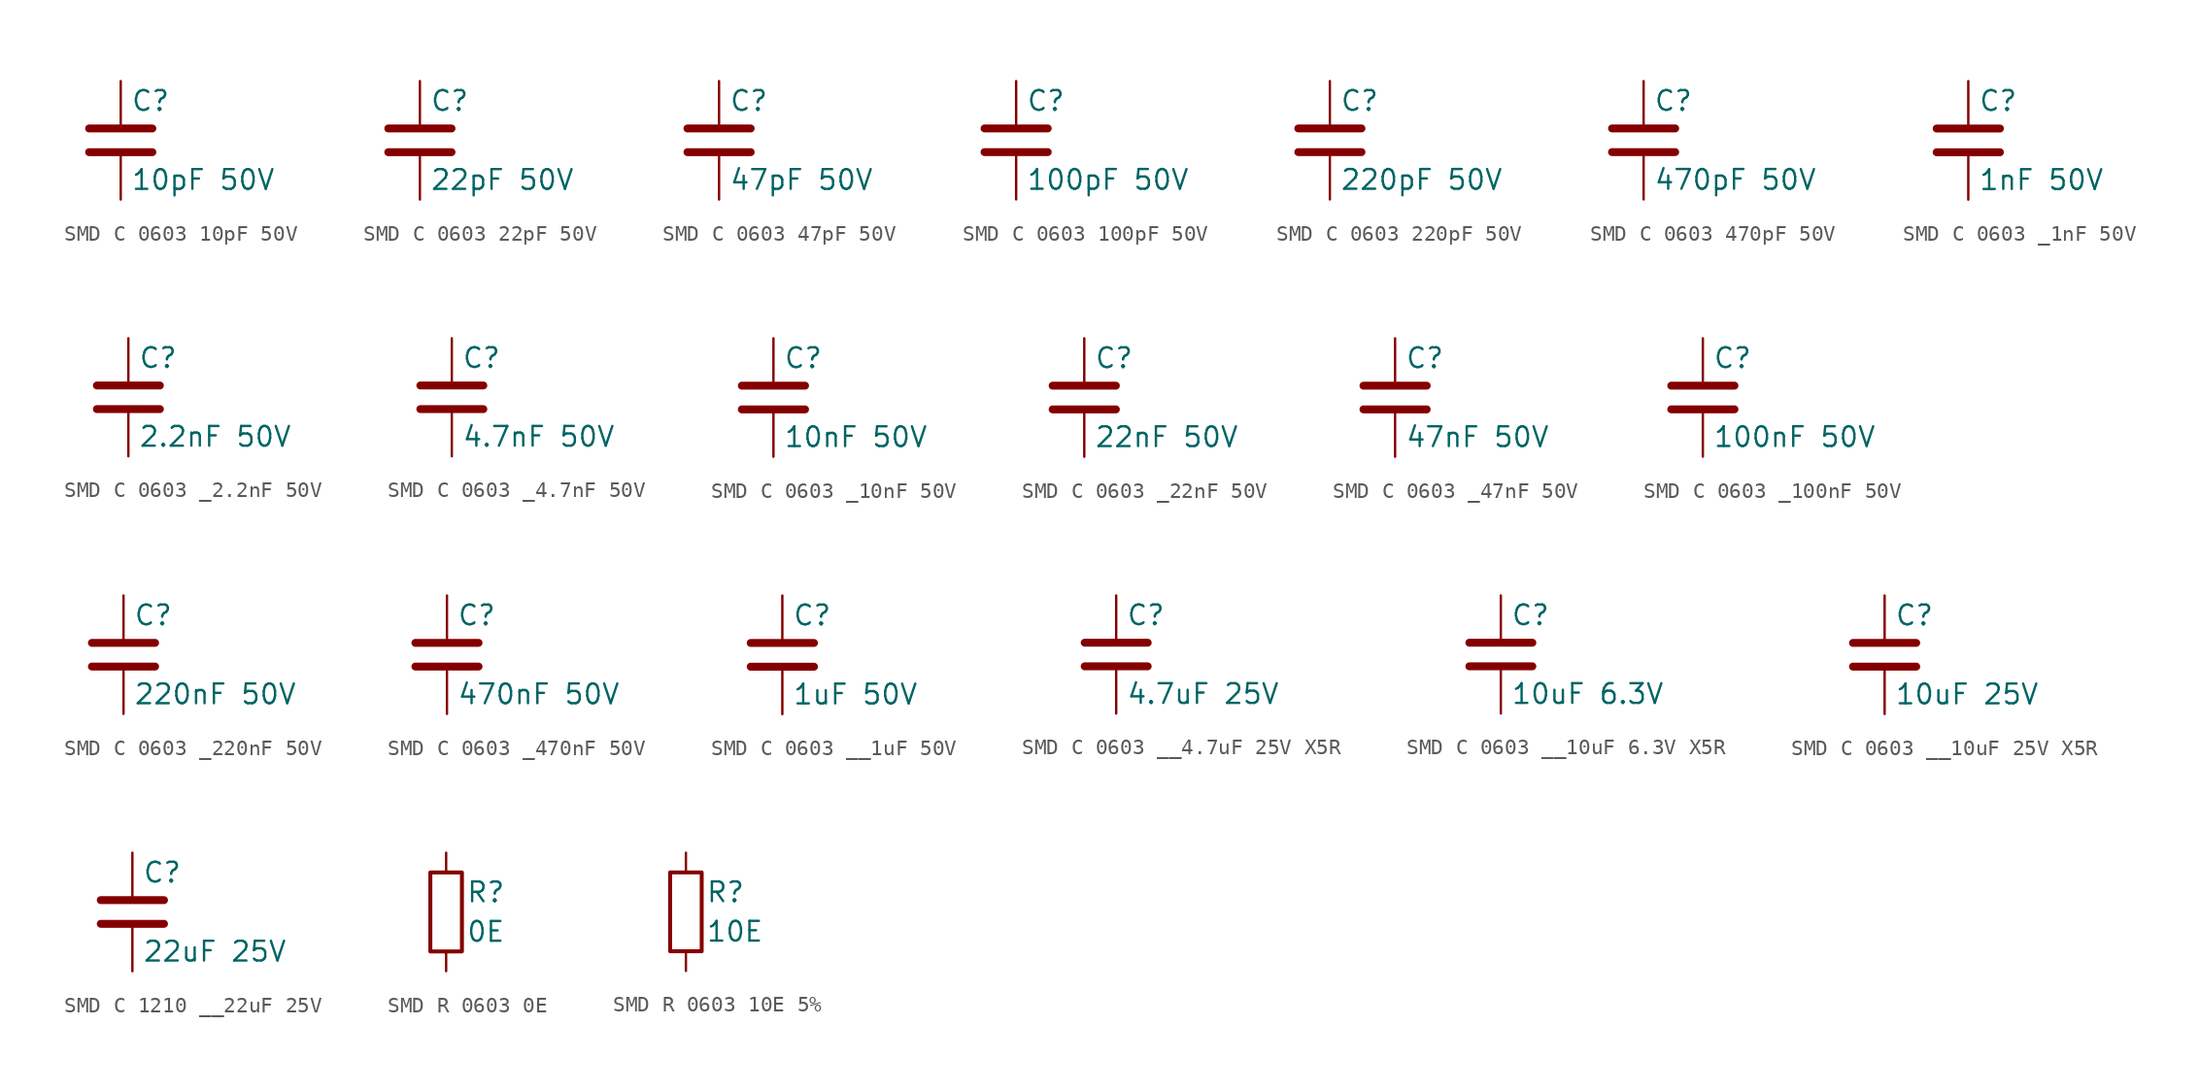
<source format=kicad_sym>
(kicad_symbol_lib
  (version 20241209)
  (generator "kicad_symbol_editor")
  (generator_version "9.0")
  (symbol "SMD C 0603 10pF 50V"
    (pin_numbers
      (hide yes))
    (pin_names
      (offset 0.254))
    (property "Reference" "C"
      (at 0.635 2.54 0)
      (effects (font (size 1.27 1.27)) (justify left)))
    (property "Value" "10pF 50V"
      (at 0.635 -2.54 0)
      (effects (font (size 1.27 1.27)) (justify left)))
    (symbol "SMD C 0603 10pF 50V_0_1"
      (polyline (pts (xy -2.032 0.762) (xy 2.032 0.762)) (stroke (width 0.508) (type default)) (fill (type none)))
      (polyline (pts (xy -2.032 -0.762) (xy 2.032 -0.762)) (stroke (width 0.508) (type default)) (fill (type none))))
    (symbol "SMD C 0603 10pF 50V_1_1"
      (pin passive line (at 0 3.81 270) (length 2.794) (name "~" (effects (font (size 1.27 1.27)))) (number "1" (effects (font (size 1.27 1.27)))))
      (pin passive line (at 0 -3.81 90) (length 2.794) (name "~" (effects (font (size 1.27 1.27)))) (number "2" (effects (font (size 1.27 1.27)))))))
  (symbol "SMD C 0603 22pF 50V"
    (pin_numbers
      (hide yes))
    (pin_names
      (offset 0.254))
    (property "Reference" "C"
      (at 0.635 2.54 0)
      (effects (font (size 1.27 1.27)) (justify left)))
    (property "Value" "22pF 50V"
      (at 0.635 -2.54 0)
      (effects (font (size 1.27 1.27)) (justify left)))
    (symbol "SMD C 0603 22pF 50V_0_1"
      (polyline (pts (xy -2.032 0.762) (xy 2.032 0.762)) (stroke (width 0.508) (type default)) (fill (type none)))
      (polyline (pts (xy -2.032 -0.762) (xy 2.032 -0.762)) (stroke (width 0.508) (type default)) (fill (type none))))
    (symbol "SMD C 0603 22pF 50V_1_1"
      (pin passive line (at 0 3.81 270) (length 2.794) (name "~" (effects (font (size 1.27 1.27)))) (number "1" (effects (font (size 1.27 1.27)))))
      (pin passive line (at 0 -3.81 90) (length 2.794) (name "~" (effects (font (size 1.27 1.27)))) (number "2" (effects (font (size 1.27 1.27)))))))
  (symbol "SMD C 0603 47pF 50V"
    (pin_numbers
      (hide yes))
    (pin_names
      (offset 0.254))
    (property "Reference" "C"
      (at 0.635 2.54 0)
      (effects (font (size 1.27 1.27)) (justify left)))
    (property "Value" "47pF 50V"
      (at 0.635 -2.54 0)
      (effects (font (size 1.27 1.27)) (justify left)))
    (symbol "SMD C 0603 47pF 50V_0_1"
      (polyline (pts (xy -2.032 0.762) (xy 2.032 0.762)) (stroke (width 0.508) (type default)) (fill (type none)))
      (polyline (pts (xy -2.032 -0.762) (xy 2.032 -0.762)) (stroke (width 0.508) (type default)) (fill (type none))))
    (symbol "SMD C 0603 47pF 50V_1_1"
      (pin passive line (at 0 3.81 270) (length 2.794) (name "~" (effects (font (size 1.27 1.27)))) (number "1" (effects (font (size 1.27 1.27)))))
      (pin passive line (at 0 -3.81 90) (length 2.794) (name "~" (effects (font (size 1.27 1.27)))) (number "2" (effects (font (size 1.27 1.27)))))))
  (symbol "SMD C 0603 100pF 50V"
    (pin_numbers
      (hide yes))
    (pin_names
      (offset 0.254))
    (property "Reference" "C"
      (at 0.635 2.54 0)
      (effects (font (size 1.27 1.27)) (justify left)))
    (property "Value" "100pF 50V"
      (at 0.635 -2.54 0)
      (effects (font (size 1.27 1.27)) (justify left)))
    (symbol "SMD C 0603 100pF 50V_0_1"
      (polyline (pts (xy -2.032 0.762) (xy 2.032 0.762)) (stroke (width 0.508) (type default)) (fill (type none)))
      (polyline (pts (xy -2.032 -0.762) (xy 2.032 -0.762)) (stroke (width 0.508) (type default)) (fill (type none))))
    (symbol "SMD C 0603 100pF 50V_1_1"
      (pin passive line (at 0 3.81 270) (length 2.794) (name "~" (effects (font (size 1.27 1.27)))) (number "1" (effects (font (size 1.27 1.27)))))
      (pin passive line (at 0 -3.81 90) (length 2.794) (name "~" (effects (font (size 1.27 1.27)))) (number "2" (effects (font (size 1.27 1.27)))))))
  (symbol "SMD C 0603 220pF 50V"
    (pin_numbers
      (hide yes))
    (pin_names
      (offset 0.254))
    (property "Reference" "C"
      (at 0.635 2.54 0)
      (effects (font (size 1.27 1.27)) (justify left)))
    (property "Value" "220pF 50V"
      (at 0.635 -2.54 0)
      (effects (font (size 1.27 1.27)) (justify left)))
    (symbol "SMD C 0603 220pF 50V_0_1"
      (polyline (pts (xy -2.032 0.762) (xy 2.032 0.762)) (stroke (width 0.508) (type default)) (fill (type none)))
      (polyline (pts (xy -2.032 -0.762) (xy 2.032 -0.762)) (stroke (width 0.508) (type default)) (fill (type none))))
    (symbol "SMD C 0603 220pF 50V_1_1"
      (pin passive line (at 0 3.81 270) (length 2.794) (name "~" (effects (font (size 1.27 1.27)))) (number "1" (effects (font (size 1.27 1.27)))))
      (pin passive line (at 0 -3.81 90) (length 2.794) (name "~" (effects (font (size 1.27 1.27)))) (number "2" (effects (font (size 1.27 1.27)))))))
  (symbol "SMD C 0603 470pF 50V"
    (pin_numbers
      (hide yes))
    (pin_names
      (offset 0.254))
    (property "Reference" "C"
      (at 0.635 2.54 0)
      (effects (font (size 1.27 1.27)) (justify left)))
    (property "Value" "470pF 50V"
      (at 0.635 -2.54 0)
      (effects (font (size 1.27 1.27)) (justify left)))
    (symbol "SMD C 0603 470pF 50V_0_1"
      (polyline (pts (xy -2.032 0.762) (xy 2.032 0.762)) (stroke (width 0.508) (type default)) (fill (type none)))
      (polyline (pts (xy -2.032 -0.762) (xy 2.032 -0.762)) (stroke (width 0.508) (type default)) (fill (type none))))
    (symbol "SMD C 0603 470pF 50V_1_1"
      (pin passive line (at 0 3.81 270) (length 2.794) (name "~" (effects (font (size 1.27 1.27)))) (number "1" (effects (font (size 1.27 1.27)))))
      (pin passive line (at 0 -3.81 90) (length 2.794) (name "~" (effects (font (size 1.27 1.27)))) (number "2" (effects (font (size 1.27 1.27)))))))
  (symbol "SMD C 0603 _1nF 50V"
    (pin_numbers
      (hide yes))
    (pin_names
      (offset 0.254))
    (property "Reference" "C"
      (at 0.635 2.54 0)
      (effects (font (size 1.27 1.27)) (justify left)))
    (property "Value" "1nF 50V"
      (at 0.635 -2.54 0)
      (effects (font (size 1.27 1.27)) (justify left)))
    (symbol "SMD C 0603 _1nF 50V_0_1"
      (polyline (pts (xy -2.032 0.762) (xy 2.032 0.762)) (stroke (width 0.508) (type default)) (fill (type none)))
      (polyline (pts (xy -2.032 -0.762) (xy 2.032 -0.762)) (stroke (width 0.508) (type default)) (fill (type none))))
    (symbol "SMD C 0603 _1nF 50V_1_1"
      (pin passive line (at 0 3.81 270) (length 2.794) (name "~" (effects (font (size 1.27 1.27)))) (number "1" (effects (font (size 1.27 1.27)))))
      (pin passive line (at 0 -3.81 90) (length 2.794) (name "~" (effects (font (size 1.27 1.27)))) (number "2" (effects (font (size 1.27 1.27)))))))
  (symbol "SMD C 0603 _2.2nF 50V"
    (pin_numbers
      (hide yes))
    (pin_names
      (offset 0.254))
    (property "Reference" "C"
      (at 0.635 2.54 0)
      (effects (font (size 1.27 1.27)) (justify left)))
    (property "Value" "2.2nF 50V"
      (at 0.635 -2.54 0)
      (effects (font (size 1.27 1.27)) (justify left)))
    (symbol "SMD C 0603 _2.2nF 50V_0_1"
      (polyline (pts (xy -2.032 0.762) (xy 2.032 0.762)) (stroke (width 0.508) (type default)) (fill (type none)))
      (polyline (pts (xy -2.032 -0.762) (xy 2.032 -0.762)) (stroke (width 0.508) (type default)) (fill (type none))))
    (symbol "SMD C 0603 _2.2nF 50V_1_1"
      (pin passive line (at 0 3.81 270) (length 2.794) (name "~" (effects (font (size 1.27 1.27)))) (number "1" (effects (font (size 1.27 1.27)))))
      (pin passive line (at 0 -3.81 90) (length 2.794) (name "~" (effects (font (size 1.27 1.27)))) (number "2" (effects (font (size 1.27 1.27)))))))
  (symbol "SMD C 0603 _4.7nF 50V"
    (pin_numbers
      (hide yes))
    (pin_names
      (offset 0.254))
    (property "Reference" "C"
      (at 0.635 2.54 0)
      (effects (font (size 1.27 1.27)) (justify left)))
    (property "Value" "4.7nF 50V"
      (at 0.635 -2.54 0)
      (effects (font (size 1.27 1.27)) (justify left)))
    (symbol "SMD C 0603 _4.7nF 50V_0_1"
      (polyline (pts (xy -2.032 0.762) (xy 2.032 0.762)) (stroke (width 0.508) (type default)) (fill (type none)))
      (polyline (pts (xy -2.032 -0.762) (xy 2.032 -0.762)) (stroke (width 0.508) (type default)) (fill (type none))))
    (symbol "SMD C 0603 _4.7nF 50V_1_1"
      (pin passive line (at 0 3.81 270) (length 2.794) (name "~" (effects (font (size 1.27 1.27)))) (number "1" (effects (font (size 1.27 1.27)))))
      (pin passive line (at 0 -3.81 90) (length 2.794) (name "~" (effects (font (size 1.27 1.27)))) (number "2" (effects (font (size 1.27 1.27)))))))
  (symbol "SMD C 0603 _10nF 50V"
    (pin_numbers
      (hide yes))
    (pin_names
      (offset 0.254))
    (property "Reference" "C"
      (at 0.635 2.54 0)
      (effects (font (size 1.27 1.27)) (justify left)))
    (property "Value" "10nF 50V"
      (at 0.635 -2.54 0)
      (effects (font (size 1.27 1.27)) (justify left)))
    (symbol "SMD C 0603 _10nF 50V_0_1"
      (polyline (pts (xy -2.032 0.762) (xy 2.032 0.762)) (stroke (width 0.508) (type default)) (fill (type none)))
      (polyline (pts (xy -2.032 -0.762) (xy 2.032 -0.762)) (stroke (width 0.508) (type default)) (fill (type none))))
    (symbol "SMD C 0603 _10nF 50V_1_1"
      (pin passive line (at 0 3.81 270) (length 2.794) (name "~" (effects (font (size 1.27 1.27)))) (number "1" (effects (font (size 1.27 1.27)))))
      (pin passive line (at 0 -3.81 90) (length 2.794) (name "~" (effects (font (size 1.27 1.27)))) (number "2" (effects (font (size 1.27 1.27)))))))
  (symbol "SMD C 0603 _22nF 50V"
    (pin_numbers
      (hide yes))
    (pin_names
      (offset 0.254))
    (property "Reference" "C"
      (at 0.635 2.54 0)
      (effects (font (size 1.27 1.27)) (justify left)))
    (property "Value" "22nF 50V"
      (at 0.635 -2.54 0)
      (effects (font (size 1.27 1.27)) (justify left)))
    (symbol "SMD C 0603 _22nF 50V_0_1"
      (polyline (pts (xy -2.032 0.762) (xy 2.032 0.762)) (stroke (width 0.508) (type default)) (fill (type none)))
      (polyline (pts (xy -2.032 -0.762) (xy 2.032 -0.762)) (stroke (width 0.508) (type default)) (fill (type none))))
    (symbol "SMD C 0603 _22nF 50V_1_1"
      (pin passive line (at 0 3.81 270) (length 2.794) (name "~" (effects (font (size 1.27 1.27)))) (number "1" (effects (font (size 1.27 1.27)))))
      (pin passive line (at 0 -3.81 90) (length 2.794) (name "~" (effects (font (size 1.27 1.27)))) (number "2" (effects (font (size 1.27 1.27)))))))
  (symbol "SMD C 0603 _47nF 50V"
    (pin_numbers
      (hide yes))
    (pin_names
      (offset 0.254))
    (property "Reference" "C"
      (at 0.635 2.54 0)
      (effects (font (size 1.27 1.27)) (justify left)))
    (property "Value" "47nF 50V"
      (at 0.635 -2.54 0)
      (effects (font (size 1.27 1.27)) (justify left)))
    (symbol "SMD C 0603 _47nF 50V_0_1"
      (polyline (pts (xy -2.032 0.762) (xy 2.032 0.762)) (stroke (width 0.508) (type default)) (fill (type none)))
      (polyline (pts (xy -2.032 -0.762) (xy 2.032 -0.762)) (stroke (width 0.508) (type default)) (fill (type none))))
    (symbol "SMD C 0603 _47nF 50V_1_1"
      (pin passive line (at 0 3.81 270) (length 2.794) (name "~" (effects (font (size 1.27 1.27)))) (number "1" (effects (font (size 1.27 1.27)))))
      (pin passive line (at 0 -3.81 90) (length 2.794) (name "~" (effects (font (size 1.27 1.27)))) (number "2" (effects (font (size 1.27 1.27)))))))
  (symbol "SMD C 0603 _100nF 50V"
    (pin_numbers
      (hide yes))
    (pin_names
      (offset 0.254))
    (property "Reference" "C"
      (at 0.635 2.54 0)
      (effects (font (size 1.27 1.27)) (justify left)))
    (property "Value" "100nF 50V"
      (at 0.635 -2.54 0)
      (effects (font (size 1.27 1.27)) (justify left)))
    (symbol "SMD C 0603 _100nF 50V_0_1"
      (polyline (pts (xy -2.032 0.762) (xy 2.032 0.762)) (stroke (width 0.508) (type default)) (fill (type none)))
      (polyline (pts (xy -2.032 -0.762) (xy 2.032 -0.762)) (stroke (width 0.508) (type default)) (fill (type none))))
    (symbol "SMD C 0603 _100nF 50V_1_1"
      (pin passive line (at 0 3.81 270) (length 2.794) (name "~" (effects (font (size 1.27 1.27)))) (number "1" (effects (font (size 1.27 1.27)))))
      (pin passive line (at 0 -3.81 90) (length 2.794) (name "~" (effects (font (size 1.27 1.27)))) (number "2" (effects (font (size 1.27 1.27)))))))
  (symbol "SMD C 0603 _220nF 50V"
    (pin_numbers
      (hide yes))
    (pin_names
      (offset 0.254))
    (property "Reference" "C"
      (at 0.635 2.54 0)
      (effects (font (size 1.27 1.27)) (justify left)))
    (property "Value" "220nF 50V"
      (at 0.635 -2.54 0)
      (effects (font (size 1.27 1.27)) (justify left)))
    (symbol "SMD C 0603 _220nF 50V_0_1"
      (polyline (pts (xy -2.032 0.762) (xy 2.032 0.762)) (stroke (width 0.508) (type default)) (fill (type none)))
      (polyline (pts (xy -2.032 -0.762) (xy 2.032 -0.762)) (stroke (width 0.508) (type default)) (fill (type none))))
    (symbol "SMD C 0603 _220nF 50V_1_1"
      (pin passive line (at 0 3.81 270) (length 2.794) (name "~" (effects (font (size 1.27 1.27)))) (number "1" (effects (font (size 1.27 1.27)))))
      (pin passive line (at 0 -3.81 90) (length 2.794) (name "~" (effects (font (size 1.27 1.27)))) (number "2" (effects (font (size 1.27 1.27)))))))
  (symbol "SMD C 0603 _470nF 50V"
    (pin_numbers
      (hide yes))
    (pin_names
      (offset 0.254))
    (property "Reference" "C"
      (at 0.635 2.54 0)
      (effects (font (size 1.27 1.27)) (justify left)))
    (property "Value" "470nF 50V"
      (at 0.635 -2.54 0)
      (effects (font (size 1.27 1.27)) (justify left)))
    (symbol "SMD C 0603 _470nF 50V_0_1"
      (polyline (pts (xy -2.032 0.762) (xy 2.032 0.762)) (stroke (width 0.508) (type default)) (fill (type none)))
      (polyline (pts (xy -2.032 -0.762) (xy 2.032 -0.762)) (stroke (width 0.508) (type default)) (fill (type none))))
    (symbol "SMD C 0603 _470nF 50V_1_1"
      (pin passive line (at 0 3.81 270) (length 2.794) (name "~" (effects (font (size 1.27 1.27)))) (number "1" (effects (font (size 1.27 1.27)))))
      (pin passive line (at 0 -3.81 90) (length 2.794) (name "~" (effects (font (size 1.27 1.27)))) (number "2" (effects (font (size 1.27 1.27)))))))
  (symbol "SMD C 0603 __1uF 50V"
    (pin_numbers
      (hide yes))
    (pin_names
      (offset 0.254))
    (property "Reference" "C"
      (at 0.635 2.54 0)
      (effects (font (size 1.27 1.27)) (justify left)))
    (property "Value" "1uF 50V"
      (at 0.635 -2.54 0)
      (effects (font (size 1.27 1.27)) (justify left)))
    (symbol "SMD C 0603 __1uF 50V_0_1"
      (polyline (pts (xy -2.032 0.762) (xy 2.032 0.762)) (stroke (width 0.508) (type default)) (fill (type none)))
      (polyline (pts (xy -2.032 -0.762) (xy 2.032 -0.762)) (stroke (width 0.508) (type default)) (fill (type none))))
    (symbol "SMD C 0603 __1uF 50V_1_1"
      (pin passive line (at 0 3.81 270) (length 2.794) (name "~" (effects (font (size 1.27 1.27)))) (number "1" (effects (font (size 1.27 1.27)))))
      (pin passive line (at 0 -3.81 90) (length 2.794) (name "~" (effects (font (size 1.27 1.27)))) (number "2" (effects (font (size 1.27 1.27)))))))
  (symbol "SMD C 0603 __4.7uF 25V X5R"
    (pin_numbers
      (hide yes))
    (pin_names
      (offset 0.254))
    (property "Reference" "C"
      (at 0.635 2.54 0)
      (effects (font (size 1.27 1.27)) (justify left)))
    (property "Value" "4.7uF 25V"
      (at 0.635 -2.54 0)
      (effects (font (size 1.27 1.27)) (justify left)))
    (symbol "SMD C 0603 __4.7uF 25V X5R_0_1"
      (polyline (pts (xy -2.032 0.762) (xy 2.032 0.762)) (stroke (width 0.508) (type default)) (fill (type none)))
      (polyline (pts (xy -2.032 -0.762) (xy 2.032 -0.762)) (stroke (width 0.508) (type default)) (fill (type none))))
    (symbol "SMD C 0603 __4.7uF 25V X5R_1_1"
      (pin passive line (at 0 3.81 270) (length 2.794) (name "~" (effects (font (size 1.27 1.27)))) (number "1" (effects (font (size 1.27 1.27)))))
      (pin passive line (at 0 -3.81 90) (length 2.794) (name "~" (effects (font (size 1.27 1.27)))) (number "2" (effects (font (size 1.27 1.27)))))))
  (symbol "SMD C 0603 __10uF 6.3V X5R"
    (pin_numbers
      (hide yes))
    (pin_names
      (offset 0.254))
    (property "Reference" "C"
      (at 0.635 2.54 0)
      (effects (font (size 1.27 1.27)) (justify left)))
    (property "Value" "10uF 6.3V"
      (at 0.635 -2.54 0)
      (effects (font (size 1.27 1.27)) (justify left)))
    (symbol "SMD C 0603 __10uF 6.3V X5R_0_1"
      (polyline (pts (xy -2.032 0.762) (xy 2.032 0.762)) (stroke (width 0.508) (type default)) (fill (type none)))
      (polyline (pts (xy -2.032 -0.762) (xy 2.032 -0.762)) (stroke (width 0.508) (type default)) (fill (type none))))
    (symbol "SMD C 0603 __10uF 6.3V X5R_1_1"
      (pin passive line (at 0 3.81 270) (length 2.794) (name "~" (effects (font (size 1.27 1.27)))) (number "1" (effects (font (size 1.27 1.27)))))
      (pin passive line (at 0 -3.81 90) (length 2.794) (name "~" (effects (font (size 1.27 1.27)))) (number "2" (effects (font (size 1.27 1.27)))))))
  (symbol "SMD C 0603 __10uF 25V X5R"
    (pin_numbers
      (hide yes))
    (pin_names
      (offset 0.254))
    (property "Reference" "C"
      (at 0.635 2.54 0)
      (effects (font (size 1.27 1.27)) (justify left)))
    (property "Value" "10uF 25V"
      (at 0.635 -2.54 0)
      (effects (font (size 1.27 1.27)) (justify left)))
    (symbol "SMD C 0603 __10uF 25V X5R_0_1"
      (polyline (pts (xy -2.032 0.762) (xy 2.032 0.762)) (stroke (width 0.508) (type default)) (fill (type none)))
      (polyline (pts (xy -2.032 -0.762) (xy 2.032 -0.762)) (stroke (width 0.508) (type default)) (fill (type none))))
    (symbol "SMD C 0603 __10uF 25V X5R_1_1"
      (pin passive line (at 0 3.81 270) (length 2.794) (name "~" (effects (font (size 1.27 1.27)))) (number "1" (effects (font (size 1.27 1.27)))))
      (pin passive line (at 0 -3.81 90) (length 2.794) (name "~" (effects (font (size 1.27 1.27)))) (number "2" (effects (font (size 1.27 1.27)))))))
  (symbol "SMD C 1210 __22uF 25V"
    (pin_numbers
      (hide yes))
    (pin_names
      (offset 0.254))
    (property "Reference" "C"
      (at 0.635 2.54 0)
      (effects (font (size 1.27 1.27)) (justify left)))
    (property "Value" "22uF 25V"
      (at 0.635 -2.54 0)
      (effects (font (size 1.27 1.27)) (justify left)))
    (symbol "SMD C 1210 __22uF 25V_0_1"
      (polyline (pts (xy -2.032 0.762) (xy 2.032 0.762)) (stroke (width 0.508) (type default)) (fill (type none)))
      (polyline (pts (xy -2.032 -0.762) (xy 2.032 -0.762)) (stroke (width 0.508) (type default)) (fill (type none))))
    (symbol "SMD C 1210 __22uF 25V_1_1"
      (pin passive line (at 0 3.81 270) (length 2.794) (name "~" (effects (font (size 1.27 1.27)))) (number "1" (effects (font (size 1.27 1.27)))))
      (pin passive line (at 0 -3.81 90) (length 2.794) (name "~" (effects (font (size 1.27 1.27)))) (number "2" (effects (font (size 1.27 1.27)))))))
  (symbol "SMD R 0603 0E"
    (pin_numbers
      (hide yes))
    (pin_names
      (offset 0))
    (property "Reference" "R"
      (at 1.27 1.27 0)
      (effects (font (size 1.27 1.27)) (justify left)))
    (property "Value" "0E"
      (at 1.27 -1.27 0)
      (effects (font (size 1.27 1.27)) (justify left)))
    (symbol "SMD R 0603 0E_0_1"
      (rectangle (start -1.016 -2.54) (end 1.016 2.54) (stroke (width 0.254) (type default)) (fill (type none))))
    (symbol "SMD R 0603 0E_1_1"
      (pin passive line (at 0 3.81 270) (length 1.27) (name "~" (effects (font (size 1.27 1.27)))) (number "1" (effects (font (size 1.27 1.27)))))
      (pin passive line (at 0 -3.81 90) (length 1.27) (name "~" (effects (font (size 1.27 1.27)))) (number "2" (effects (font (size 1.27 1.27)))))))
  (symbol "SMD R 0603 10E 5%"
    (pin_numbers
      (hide yes))
    (pin_names
      (offset 0))
    (property "Reference" "R"
      (at 1.27 1.27 0)
      (effects (font (size 1.27 1.27)) (justify left)))
    (property "Value" "10E"
      (at 1.27 -1.27 0)
      (effects (font (size 1.27 1.27)) (justify left)))
    (symbol "SMD R 0603 10E 5%_0_1"
      (rectangle (start -1.016 -2.54) (end 1.016 2.54) (stroke (width 0.254) (type default)) (fill (type none))))
    (symbol "SMD R 0603 10E 5%_1_1"
      (pin passive line (at 0 3.81 270) (length 1.27) (name "~" (effects (font (size 1.27 1.27)))) (number "1" (effects (font (size 1.27 1.27)))))
      (pin passive line (at 0 -3.81 90) (length 1.27) (name "~" (effects (font (size 1.27 1.27)))) (number "2" (effects (font (size 1.27 1.27))))))))
</source>
